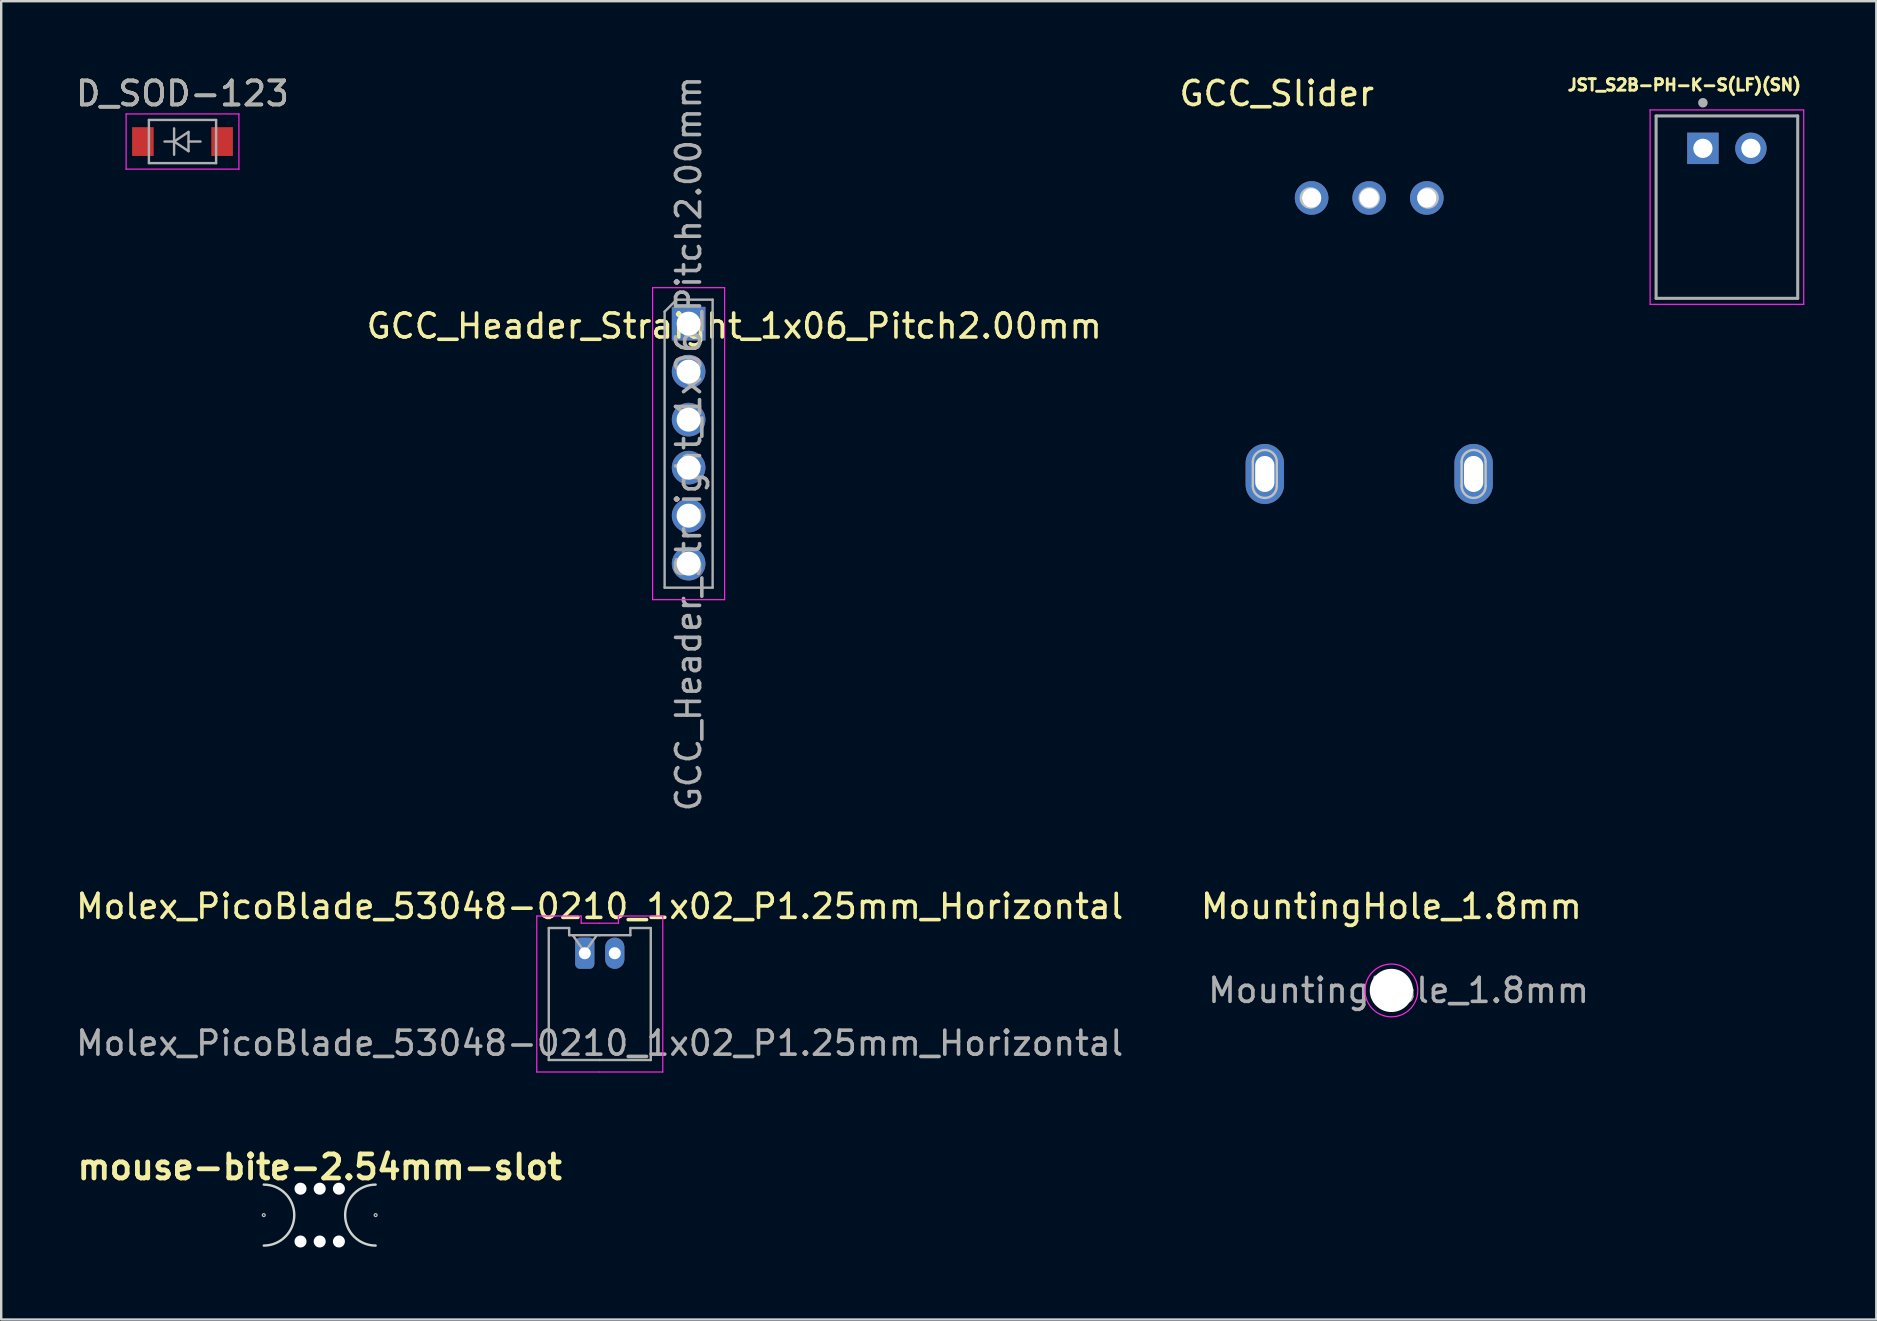
<source format=kicad_pcb>
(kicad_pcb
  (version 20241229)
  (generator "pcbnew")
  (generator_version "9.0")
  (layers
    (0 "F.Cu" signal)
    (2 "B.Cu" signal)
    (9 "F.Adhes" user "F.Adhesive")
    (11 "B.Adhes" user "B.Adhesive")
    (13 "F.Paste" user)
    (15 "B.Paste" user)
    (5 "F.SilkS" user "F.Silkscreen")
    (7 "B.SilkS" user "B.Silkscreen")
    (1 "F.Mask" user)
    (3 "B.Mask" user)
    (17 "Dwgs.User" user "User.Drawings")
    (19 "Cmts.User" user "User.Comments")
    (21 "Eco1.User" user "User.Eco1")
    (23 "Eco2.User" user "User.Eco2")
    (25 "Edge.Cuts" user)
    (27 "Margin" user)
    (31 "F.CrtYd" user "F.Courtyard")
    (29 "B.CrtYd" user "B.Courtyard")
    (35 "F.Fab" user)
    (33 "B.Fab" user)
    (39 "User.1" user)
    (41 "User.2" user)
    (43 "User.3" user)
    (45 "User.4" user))
  (footprint "Molex_PicoBlade_53048-0210_1x02_P1.25mm_Horizontal"
    (layer "F.Cu")
    (at 21.315 36.667)
    (property "Reference" "Molex_PicoBlade_53048-0210_1x02_P1.25mm_Horizontal" (at 0.62 -1.95 0) (layer "F.SilkS") (effects (font (size 1 1) (thickness 0.15))))
    (attr through_hole)
    (fp_line (start -2 -1.55) (end -2 4.95) (stroke (width 0.05) (type solid)) (layer "F.CrtYd"))
    (fp_line (start -2 4.95) (end 0.62 4.95) (stroke (width 0.05) (type solid)) (layer "F.CrtYd"))
    (fp_line (start -0.15 -1.55) (end -2 -1.55) (stroke (width 0.05) (type solid)) (layer "F.CrtYd"))
    (fp_line (start -0.15 -1.25) (end -0.15 -1.55) (stroke (width 0.05) (type solid)) (layer "F.CrtYd"))
    (fp_line (start 0.62 -1.25) (end -0.15 -1.25) (stroke (width 0.05) (type solid)) (layer "F.CrtYd"))
    (fp_line (start 0.63 -1.25) (end 1.4 -1.25) (stroke (width 0.05) (type solid)) (layer "F.CrtYd"))
    (fp_line (start 1.4 -1.55) (end 3.25 -1.55) (stroke (width 0.05) (type solid)) (layer "F.CrtYd"))
    (fp_line (start 1.4 -1.25) (end 1.4 -1.55) (stroke (width 0.05) (type solid)) (layer "F.CrtYd"))
    (fp_line (start 3.25 -1.55) (end 3.25 4.95) (stroke (width 0.05) (type solid)) (layer "F.CrtYd"))
    (fp_line (start 3.25 4.95) (end 0.63 4.95) (stroke (width 0.05) (type solid)) (layer "F.CrtYd"))
    (fp_line (start -1.5 -1.05) (end -1.5 4.45) (stroke (width 0.1) (type solid)) (layer "F.Fab"))
    (fp_line (start -1.5 4.45) (end 0.625 4.45) (stroke (width 0.1) (type solid)) (layer "F.Fab"))
    (fp_line (start -0.65 -1.05) (end -1.5 -1.05) (stroke (width 0.1) (type solid)) (layer "F.Fab"))
    (fp_line (start -0.65 -0.75) (end -0.65 -1.05) (stroke (width 0.1) (type solid)) (layer "F.Fab"))
    (fp_line (start -0.5 -0.75) (end 0 -0.043) (stroke (width 0.1) (type solid)) (layer "F.Fab"))
    (fp_line (start 0 -0.043) (end 0.5 -0.75) (stroke (width 0.1) (type solid)) (layer "F.Fab"))
    (fp_line (start 0.625 -0.75) (end -0.65 -0.75) (stroke (width 0.1) (type solid)) (layer "F.Fab"))
    (fp_line (start 0.625 -0.75) (end 1.9 -0.75) (stroke (width 0.1) (type solid)) (layer "F.Fab"))
    (fp_line (start 1.9 -1.05) (end 2.75 -1.05) (stroke (width 0.1) (type solid)) (layer "F.Fab"))
    (fp_line (start 1.9 -0.75) (end 1.9 -1.05) (stroke (width 0.1) (type solid)) (layer "F.Fab"))
    (fp_line (start 2.75 -1.05) (end 2.75 4.45) (stroke (width 0.1) (type solid)) (layer "F.Fab"))
    (fp_line (start 2.75 4.45) (end 0.625 4.45) (stroke (width 0.1) (type solid)) (layer "F.Fab"))
    (fp_text user "${REFERENCE}" (at 0.62 3.75 0) (layer "F.Fab") (effects (font (size 1 1) (thickness 0.15))))
    (pad "1" thru_hole roundrect (at 0 0) (size 0.8 1.3) (drill 0.5) (layers "*.Cu" "*.Mask") (roundrect_rratio 0.25))
    (pad "2" thru_hole oval (at 1.25 0) (size 0.8 1.3) (drill 0.5) (layers "*.Cu" "*.Mask")))
  (footprint "GCC_Slider"
    (layer "F.Cu")
    (at 53.999 5.198)
    (property "Reference" "GCC_Slider" (at -3.85 -4.35 0) (layer "F.SilkS") (effects (font (size 1 1) (thickness 0.15))))
    (attr through_hole)
    (fp_line (start -4.85 12) (end -4.85 11) (stroke (width 0.1) (type solid)) (layer "Dwgs.User"))
    (fp_line (start -4.35 12) (end -4.35 11) (stroke (width 0.1) (type solid)) (layer "Dwgs.User"))
    (fp_line (start -3.85 12) (end -3.85 11) (stroke (width 0.1) (type solid)) (layer "Dwgs.User"))
    (fp_line (start 3.85 12) (end 3.85 11) (stroke (width 0.1) (type solid)) (layer "Dwgs.User"))
    (fp_line (start 4.35 12) (end 4.35 11) (stroke (width 0.1) (type solid)) (layer "Dwgs.User"))
    (fp_line (start 4.85 12) (end 4.85 11) (stroke (width 0.1) (type solid)) (layer "Dwgs.User"))
    (fp_arc (start -4.85 11) (mid -4.35 10.5) (end -3.85 11) (stroke (width 0.1) (type solid)) (layer "Dwgs.User"))
    (fp_arc (start -3.85 12) (mid -4.35 12.5) (end -4.85 12) (stroke (width 0.1) (type solid)) (layer "Dwgs.User"))
    (fp_arc (start 3.85 11) (mid 4.35 10.5) (end 4.85 11) (stroke (width 0.1) (type solid)) (layer "Dwgs.User"))
    (fp_arc (start 4.85 12) (mid 4.35 12.5) (end 3.85 12) (stroke (width 0.1) (type solid)) (layer "Dwgs.User"))
    (fp_circle (center -2.45 0) (end -2.05 0) (stroke (width 0.1) (type solid)) (fill no) (layer "Dwgs.User"))
    (fp_circle (center 0 0) (end 0.4 0) (stroke (width 0.1) (type solid)) (fill no) (layer "Dwgs.User"))
    (fp_circle (center 2.45 0) (end 2.85 0) (stroke (width 0.1) (type solid)) (fill no) (layer "Dwgs.User"))
    (pad "" thru_hole oval (at -4.35 11.5) (size 1.6 2.5) (drill oval 0.8 1.5) (layers "*.Cu" "*.Mask"))
    (pad "" thru_hole oval (at 4.35 11.5) (size 1.6 2.5) (drill oval 0.8 1.5) (layers "*.Cu" "*.Mask"))
    (pad "1" thru_hole circle (at -2.4 0) (size 1.4 1.4) (drill 0.8) (layers "*.Cu" "*.Mask"))
    (pad "2" thru_hole circle (at 0 0) (size 1.4 1.4) (drill 0.8) (layers "*.Cu" "*.Mask"))
    (pad "3" thru_hole circle (at 2.4 0) (size 1.4 1.4) (drill 0.8) (layers "*.Cu" "*.Mask")))
  (footprint "GCC_Header_Straight_1x06_Pitch2.00mm"
    (layer "F.Cu")
    (at 25.642 10.435)
    (property "Reference" "GCC_Header_Straight_1x06_Pitch2.00mm" (at 1.9 0.1 0) (layer "F.SilkS") (effects (font (size 1 1) (thickness 0.15))))
    (attr through_hole)
    (fp_line (start -1.5 -1.5) (end -1.5 11.5) (stroke (width 0.05) (type solid)) (layer "F.CrtYd"))
    (fp_line (start -1.5 11.5) (end 1.5 11.5) (stroke (width 0.05) (type solid)) (layer "F.CrtYd"))
    (fp_line (start 1.5 -1.5) (end -1.5 -1.5) (stroke (width 0.05) (type solid)) (layer "F.CrtYd"))
    (fp_line (start 1.5 11.5) (end 1.5 -1.5) (stroke (width 0.05) (type solid)) (layer "F.CrtYd"))
    (fp_line (start -1 -0.5) (end -0.5 -1) (stroke (width 0.1) (type solid)) (layer "F.Fab"))
    (fp_line (start -1 11) (end -1 -0.5) (stroke (width 0.1) (type solid)) (layer "F.Fab"))
    (fp_line (start -0.5 -1) (end 1 -1) (stroke (width 0.1) (type solid)) (layer "F.Fab"))
    (fp_line (start 1 -1) (end 1 11) (stroke (width 0.1) (type solid)) (layer "F.Fab"))
    (fp_line (start 1 11) (end -1 11) (stroke (width 0.1) (type solid)) (layer "F.Fab"))
    (fp_text user "${REFERENCE}" (at 0 5 270) (layer "F.Fab") (effects (font (size 1 1) (thickness 0.15))))
    (pad "1" thru_hole rect (at 0 0) (size 1.4 1.4) (drill 1) (layers "*.Cu" "*.Mask"))
    (pad "2" thru_hole oval (at 0 2) (size 1.4 1.4) (drill 1) (layers "*.Cu" "*.Mask"))
    (pad "3" thru_hole oval (at 0 4) (size 1.4 1.4) (drill 1) (layers "*.Cu" "*.Mask"))
    (pad "4" thru_hole oval (at 0 6) (size 1.4 1.4) (drill 1) (layers "*.Cu" "*.Mask"))
    (pad "5" thru_hole oval (at 0 8) (size 1.4 1.4) (drill 1) (layers "*.Cu" "*.Mask"))
    (pad "6" thru_hole oval (at 0 10) (size 1.4 1.4) (drill 1) (layers "*.Cu" "*.Mask")))
  (footprint "mouse-bite-2.54mm-slot"
    (layer "F.Cu")
    (at 12.601 46.308)
    (property "Reference" "mouse-bite-2.54mm-slot" (at -2.33 -0.73 0) (layer "F.SilkS") (effects (font (size 1 1) (thickness 0.2))))
    (attr through_hole)
    (fp_circle (center -4.66 1.27) (end -4.6 1.27) (stroke (width 0.05) (type solid)) (fill no) (layer "Dwgs.User"))
    (fp_circle (center 0 1.27) (end 0 1.21) (stroke (width 0.05) (type solid)) (fill no) (layer "Dwgs.User"))
    (fp_line (start -4.66 1.27) (end -4.66 1.27) (stroke (width 2.54) (type solid)) (layer "Eco1.User"))
    (fp_line (start 0 1.27) (end 0 1.27) (stroke (width 2.54) (type solid)) (layer "Eco1.User"))
    (fp_arc (start -4.66 0) (mid -3.39 1.27) (end -4.66 2.54) (stroke (width 0.1) (type solid)) (layer "Edge.Cuts"))
    (fp_arc (start 0 2.54) (mid -1.27 1.27) (end 0 0) (stroke (width 0.1) (type solid)) (layer "Edge.Cuts"))
    (pad "" np_thru_hole circle (at -3.13 0.17) (size 0.5 0.5) (drill 0.5) (layers "*.Cu" "*.Mask"))
    (pad "" np_thru_hole circle (at -3.13 2.37) (size 0.5 0.5) (drill 0.5) (layers "*.Cu" "*.Mask"))
    (pad "" np_thru_hole circle (at -2.33 0.17) (size 0.5 0.5) (drill 0.5) (layers "*.Cu" "*.Mask"))
    (pad "" np_thru_hole circle (at -2.33 2.37) (size 0.5 0.5) (drill 0.5) (layers "*.Cu" "*.Mask"))
    (pad "" np_thru_hole circle (at -1.53 0.17) (size 0.5 0.5) (drill 0.5) (layers "*.Cu" "*.Mask"))
    (pad "" np_thru_hole circle (at -1.53 2.37) (size 0.5 0.5) (drill 0.5) (layers "*.Cu" "*.Mask")))
  (footprint "JST_S2B-PH-K-S(LF)(SN)"
    (layer "F.Cu")
    (at 68.903 3.131)
    (property "Reference" "JST_S2B-PH-K-S(LF)(SN)" (at -1.776 -2.64 0) (layer "F.SilkS") (effects (font (size 0.48 0.48) (thickness 0.12))))
    (attr through_hole)
    (fp_line (start -3.2 -1.6) (end 3.2 -1.6) (stroke (width 0.05) (type solid)) (layer "F.CrtYd"))
    (fp_line (start -3.2 6.5) (end -3.2 -1.6) (stroke (width 0.05) (type solid)) (layer "F.CrtYd"))
    (fp_line (start 3.2 -1.6) (end 3.2 6.5) (stroke (width 0.05) (type solid)) (layer "F.CrtYd"))
    (fp_line (start 3.2 6.5) (end -3.2 6.5) (stroke (width 0.05) (type solid)) (layer "F.CrtYd"))
    (fp_line (start -2.95 -1.35) (end 2.95 -1.35) (stroke (width 0.127) (type solid)) (layer "F.Fab"))
    (fp_line (start -2.95 6.25) (end -2.95 -1.35) (stroke (width 0.127) (type solid)) (layer "F.Fab"))
    (fp_line (start 2.95 -1.35) (end 2.95 6.25) (stroke (width 0.127) (type solid)) (layer "F.Fab"))
    (fp_line (start 2.95 6.25) (end -2.95 6.25) (stroke (width 0.127) (type solid)) (layer "F.Fab"))
    (fp_circle (center -1 -1.9) (end -0.9 -1.9) (stroke (width 0.2) (type solid)) (fill no) (layer "F.Fab"))
    (pad "1" thru_hole rect (at -1 0) (size 1.308 1.308) (drill 0.8) (layers "*.Cu" "*.Mask"))
    (pad "2" thru_hole circle (at 1 0) (size 1.308 1.308) (drill 0.8) (layers "*.Cu" "*.Mask")))
  (footprint "MountingHole_1.8mm"
    (layer "F.Cu")
    (at 54.923 38.217)
    (property "Reference" "MountingHole_1.8mm" (at 0 -3.5 0) (layer "F.SilkS") (effects (font (size 1 1) (thickness 0.15))))
    (attr exclude_from_pos_files)
    (fp_circle (center 0 0) (end 1.1 0) (stroke (width 0.05) (type solid)) (fill no) (layer "F.CrtYd"))
    (fp_text user "${REFERENCE}" (at 0.3 0 0) (layer "F.Fab") (effects (font (size 1 1) (thickness 0.15))))
    (pad "" np_thru_hole circle (at 0 0) (size 1.8 1.8) (drill 1.8) (layers "*.Cu" "*.Mask")))
  (footprint "D_SOD-123"
    (layer "F.Cu")
    (at 4.554 2.848)
    (property "Reference" "D_SOD-123" (at 0 -2 0) (layer "F.SilkS") (effects (font (size 1 1) (thickness 0.15))))
    (attr smd)
    (fp_line (start -2.35 -1.15) (end -2.35 1.15) (stroke (width 0.05) (type solid)) (layer "F.CrtYd"))
    (fp_line (start -2.35 -1.15) (end 2.35 -1.15) (stroke (width 0.05) (type solid)) (layer "F.CrtYd"))
    (fp_line (start 2.35 -1.15) (end 2.35 1.15) (stroke (width 0.05) (type solid)) (layer "F.CrtYd"))
    (fp_line (start 2.35 1.15) (end -2.35 1.15) (stroke (width 0.05) (type solid)) (layer "F.CrtYd"))
    (fp_line (start -1.4 -0.9) (end 1.4 -0.9) (stroke (width 0.1) (type solid)) (layer "F.Fab"))
    (fp_line (start -1.4 0.9) (end -1.4 -0.9) (stroke (width 0.1) (type solid)) (layer "F.Fab"))
    (fp_line (start -0.75 0) (end -0.35 0) (stroke (width 0.1) (type solid)) (layer "F.Fab"))
    (fp_line (start -0.35 0) (end -0.35 -0.55) (stroke (width 0.1) (type solid)) (layer "F.Fab"))
    (fp_line (start -0.35 0) (end -0.35 0.55) (stroke (width 0.1) (type solid)) (layer "F.Fab"))
    (fp_line (start -0.35 0) (end 0.25 -0.4) (stroke (width 0.1) (type solid)) (layer "F.Fab"))
    (fp_line (start 0.25 -0.4) (end 0.25 0.4) (stroke (width 0.1) (type solid)) (layer "F.Fab"))
    (fp_line (start 0.25 0) (end 0.75 0) (stroke (width 0.1) (type solid)) (layer "F.Fab"))
    (fp_line (start 0.25 0.4) (end -0.35 0) (stroke (width 0.1) (type solid)) (layer "F.Fab"))
    (fp_line (start 1.4 -0.9) (end 1.4 0.9) (stroke (width 0.1) (type solid)) (layer "F.Fab"))
    (fp_line (start 1.4 0.9) (end -1.4 0.9) (stroke (width 0.1) (type solid)) (layer "F.Fab"))
    (fp_text user "${REFERENCE}" (at 0 -2 0) (layer "F.Fab") (effects (font (size 1 1) (thickness 0.15))))
    (pad "1" smd rect (at -1.65 0) (size 0.9 1.2) (layers "F.Cu" "F.Mask" "F.Paste"))
    (pad "2" smd rect (at 1.65 0) (size 0.9 1.2) (layers "F.Cu" "F.Mask" "F.Paste")))
  (gr_rect
    (start -3 -3)
    (end 75.128 51.928)
    (stroke (width 0.1) (type default))
    (fill no)
    (layer "Edge.Cuts")))
</source>
